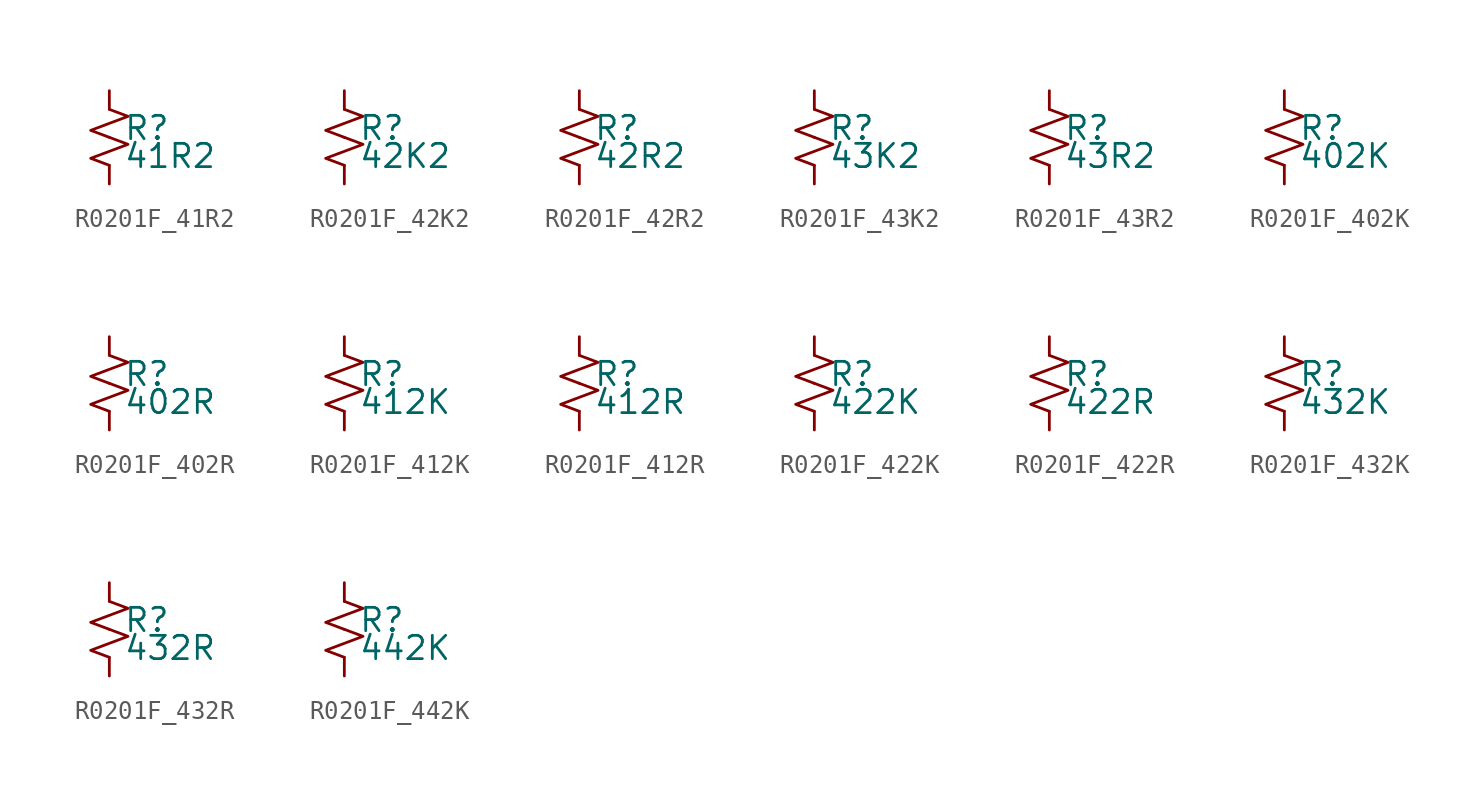
<source format=kicad_sym>
(kicad_symbol_lib
  (version 20220914)
  (generator kicad_symbol_editor)
  (symbol "R0201F_41R2"
    (pin_numbers hide)
    (pin_names
      (offset 0.254) hide)
    (property "Reference" "R"
      (at 0.762 0.508 0)
      (effects (font (size 1.27 1.27)) (justify left)))
    (property "Value" "41R2"
      (at 0.762 -1.016 0)
      (effects (font (size 1.27 1.27)) (justify left)))
    (symbol "R0201F_41R2_1_1"
      (polyline (pts (xy 0 0) (xy 1.016 -0.381) (xy 0 -0.762) (xy -1.016 -1.143) (xy 0 -1.524)) (stroke (width 0) (type default)) (fill (type none)))
      (polyline (pts (xy 0 1.524) (xy 1.016 1.143) (xy 0 0.762) (xy -1.016 0.381) (xy 0 0)) (stroke (width 0) (type default)) (fill (type none)))
      (pin passive line (at 0 2.54 270) (length 1.016) (name "~" (effects (font (size 1.27 1.27)))) (number "1" (effects (font (size 1.27 1.27)))))
      (pin passive line (at 0 -2.54 90) (length 1.016) (name "~" (effects (font (size 1.27 1.27)))) (number "2" (effects (font (size 1.27 1.27)))))))
  (symbol "R0201F_42K2"
    (pin_numbers hide)
    (pin_names
      (offset 0.254) hide)
    (property "Reference" "R"
      (at 0.762 0.508 0)
      (effects (font (size 1.27 1.27)) (justify left)))
    (property "Value" "42K2"
      (at 0.762 -1.016 0)
      (effects (font (size 1.27 1.27)) (justify left)))
    (symbol "R0201F_42K2_1_1"
      (polyline (pts (xy 0 0) (xy 1.016 -0.381) (xy 0 -0.762) (xy -1.016 -1.143) (xy 0 -1.524)) (stroke (width 0) (type default)) (fill (type none)))
      (polyline (pts (xy 0 1.524) (xy 1.016 1.143) (xy 0 0.762) (xy -1.016 0.381) (xy 0 0)) (stroke (width 0) (type default)) (fill (type none)))
      (pin passive line (at 0 2.54 270) (length 1.016) (name "~" (effects (font (size 1.27 1.27)))) (number "1" (effects (font (size 1.27 1.27)))))
      (pin passive line (at 0 -2.54 90) (length 1.016) (name "~" (effects (font (size 1.27 1.27)))) (number "2" (effects (font (size 1.27 1.27)))))))
  (symbol "R0201F_42R2"
    (pin_numbers hide)
    (pin_names
      (offset 0.254) hide)
    (property "Reference" "R"
      (at 0.762 0.508 0)
      (effects (font (size 1.27 1.27)) (justify left)))
    (property "Value" "42R2"
      (at 0.762 -1.016 0)
      (effects (font (size 1.27 1.27)) (justify left)))
    (symbol "R0201F_42R2_1_1"
      (polyline (pts (xy 0 0) (xy 1.016 -0.381) (xy 0 -0.762) (xy -1.016 -1.143) (xy 0 -1.524)) (stroke (width 0) (type default)) (fill (type none)))
      (polyline (pts (xy 0 1.524) (xy 1.016 1.143) (xy 0 0.762) (xy -1.016 0.381) (xy 0 0)) (stroke (width 0) (type default)) (fill (type none)))
      (pin passive line (at 0 2.54 270) (length 1.016) (name "~" (effects (font (size 1.27 1.27)))) (number "1" (effects (font (size 1.27 1.27)))))
      (pin passive line (at 0 -2.54 90) (length 1.016) (name "~" (effects (font (size 1.27 1.27)))) (number "2" (effects (font (size 1.27 1.27)))))))
  (symbol "R0201F_43K2"
    (pin_numbers hide)
    (pin_names
      (offset 0.254) hide)
    (property "Reference" "R"
      (at 0.762 0.508 0)
      (effects (font (size 1.27 1.27)) (justify left)))
    (property "Value" "43K2"
      (at 0.762 -1.016 0)
      (effects (font (size 1.27 1.27)) (justify left)))
    (symbol "R0201F_43K2_1_1"
      (polyline (pts (xy 0 0) (xy 1.016 -0.381) (xy 0 -0.762) (xy -1.016 -1.143) (xy 0 -1.524)) (stroke (width 0) (type default)) (fill (type none)))
      (polyline (pts (xy 0 1.524) (xy 1.016 1.143) (xy 0 0.762) (xy -1.016 0.381) (xy 0 0)) (stroke (width 0) (type default)) (fill (type none)))
      (pin passive line (at 0 2.54 270) (length 1.016) (name "~" (effects (font (size 1.27 1.27)))) (number "1" (effects (font (size 1.27 1.27)))))
      (pin passive line (at 0 -2.54 90) (length 1.016) (name "~" (effects (font (size 1.27 1.27)))) (number "2" (effects (font (size 1.27 1.27)))))))
  (symbol "R0201F_43R2"
    (pin_numbers hide)
    (pin_names
      (offset 0.254) hide)
    (property "Reference" "R"
      (at 0.762 0.508 0)
      (effects (font (size 1.27 1.27)) (justify left)))
    (property "Value" "43R2"
      (at 0.762 -1.016 0)
      (effects (font (size 1.27 1.27)) (justify left)))
    (symbol "R0201F_43R2_1_1"
      (polyline (pts (xy 0 0) (xy 1.016 -0.381) (xy 0 -0.762) (xy -1.016 -1.143) (xy 0 -1.524)) (stroke (width 0) (type default)) (fill (type none)))
      (polyline (pts (xy 0 1.524) (xy 1.016 1.143) (xy 0 0.762) (xy -1.016 0.381) (xy 0 0)) (stroke (width 0) (type default)) (fill (type none)))
      (pin passive line (at 0 2.54 270) (length 1.016) (name "~" (effects (font (size 1.27 1.27)))) (number "1" (effects (font (size 1.27 1.27)))))
      (pin passive line (at 0 -2.54 90) (length 1.016) (name "~" (effects (font (size 1.27 1.27)))) (number "2" (effects (font (size 1.27 1.27)))))))
  (symbol "R0201F_402K"
    (pin_numbers hide)
    (pin_names
      (offset 0.254) hide)
    (property "Reference" "R"
      (at 0.762 0.508 0)
      (effects (font (size 1.27 1.27)) (justify left)))
    (property "Value" "402K"
      (at 0.762 -1.016 0)
      (effects (font (size 1.27 1.27)) (justify left)))
    (symbol "R0201F_402K_1_1"
      (polyline (pts (xy 0 0) (xy 1.016 -0.381) (xy 0 -0.762) (xy -1.016 -1.143) (xy 0 -1.524)) (stroke (width 0) (type default)) (fill (type none)))
      (polyline (pts (xy 0 1.524) (xy 1.016 1.143) (xy 0 0.762) (xy -1.016 0.381) (xy 0 0)) (stroke (width 0) (type default)) (fill (type none)))
      (pin passive line (at 0 2.54 270) (length 1.016) (name "~" (effects (font (size 1.27 1.27)))) (number "1" (effects (font (size 1.27 1.27)))))
      (pin passive line (at 0 -2.54 90) (length 1.016) (name "~" (effects (font (size 1.27 1.27)))) (number "2" (effects (font (size 1.27 1.27)))))))
  (symbol "R0201F_402R"
    (pin_numbers hide)
    (pin_names
      (offset 0.254) hide)
    (property "Reference" "R"
      (at 0.762 0.508 0)
      (effects (font (size 1.27 1.27)) (justify left)))
    (property "Value" "402R"
      (at 0.762 -1.016 0)
      (effects (font (size 1.27 1.27)) (justify left)))
    (symbol "R0201F_402R_1_1"
      (polyline (pts (xy 0 0) (xy 1.016 -0.381) (xy 0 -0.762) (xy -1.016 -1.143) (xy 0 -1.524)) (stroke (width 0) (type default)) (fill (type none)))
      (polyline (pts (xy 0 1.524) (xy 1.016 1.143) (xy 0 0.762) (xy -1.016 0.381) (xy 0 0)) (stroke (width 0) (type default)) (fill (type none)))
      (pin passive line (at 0 2.54 270) (length 1.016) (name "~" (effects (font (size 1.27 1.27)))) (number "1" (effects (font (size 1.27 1.27)))))
      (pin passive line (at 0 -2.54 90) (length 1.016) (name "~" (effects (font (size 1.27 1.27)))) (number "2" (effects (font (size 1.27 1.27)))))))
  (symbol "R0201F_412K"
    (pin_numbers hide)
    (pin_names
      (offset 0.254) hide)
    (property "Reference" "R"
      (at 0.762 0.508 0)
      (effects (font (size 1.27 1.27)) (justify left)))
    (property "Value" "412K"
      (at 0.762 -1.016 0)
      (effects (font (size 1.27 1.27)) (justify left)))
    (symbol "R0201F_412K_1_1"
      (polyline (pts (xy 0 0) (xy 1.016 -0.381) (xy 0 -0.762) (xy -1.016 -1.143) (xy 0 -1.524)) (stroke (width 0) (type default)) (fill (type none)))
      (polyline (pts (xy 0 1.524) (xy 1.016 1.143) (xy 0 0.762) (xy -1.016 0.381) (xy 0 0)) (stroke (width 0) (type default)) (fill (type none)))
      (pin passive line (at 0 2.54 270) (length 1.016) (name "~" (effects (font (size 1.27 1.27)))) (number "1" (effects (font (size 1.27 1.27)))))
      (pin passive line (at 0 -2.54 90) (length 1.016) (name "~" (effects (font (size 1.27 1.27)))) (number "2" (effects (font (size 1.27 1.27)))))))
  (symbol "R0201F_412R"
    (pin_numbers hide)
    (pin_names
      (offset 0.254) hide)
    (property "Reference" "R"
      (at 0.762 0.508 0)
      (effects (font (size 1.27 1.27)) (justify left)))
    (property "Value" "412R"
      (at 0.762 -1.016 0)
      (effects (font (size 1.27 1.27)) (justify left)))
    (symbol "R0201F_412R_1_1"
      (polyline (pts (xy 0 0) (xy 1.016 -0.381) (xy 0 -0.762) (xy -1.016 -1.143) (xy 0 -1.524)) (stroke (width 0) (type default)) (fill (type none)))
      (polyline (pts (xy 0 1.524) (xy 1.016 1.143) (xy 0 0.762) (xy -1.016 0.381) (xy 0 0)) (stroke (width 0) (type default)) (fill (type none)))
      (pin passive line (at 0 2.54 270) (length 1.016) (name "~" (effects (font (size 1.27 1.27)))) (number "1" (effects (font (size 1.27 1.27)))))
      (pin passive line (at 0 -2.54 90) (length 1.016) (name "~" (effects (font (size 1.27 1.27)))) (number "2" (effects (font (size 1.27 1.27)))))))
  (symbol "R0201F_422K"
    (pin_numbers hide)
    (pin_names
      (offset 0.254) hide)
    (property "Reference" "R"
      (at 0.762 0.508 0)
      (effects (font (size 1.27 1.27)) (justify left)))
    (property "Value" "422K"
      (at 0.762 -1.016 0)
      (effects (font (size 1.27 1.27)) (justify left)))
    (symbol "R0201F_422K_1_1"
      (polyline (pts (xy 0 0) (xy 1.016 -0.381) (xy 0 -0.762) (xy -1.016 -1.143) (xy 0 -1.524)) (stroke (width 0) (type default)) (fill (type none)))
      (polyline (pts (xy 0 1.524) (xy 1.016 1.143) (xy 0 0.762) (xy -1.016 0.381) (xy 0 0)) (stroke (width 0) (type default)) (fill (type none)))
      (pin passive line (at 0 2.54 270) (length 1.016) (name "~" (effects (font (size 1.27 1.27)))) (number "1" (effects (font (size 1.27 1.27)))))
      (pin passive line (at 0 -2.54 90) (length 1.016) (name "~" (effects (font (size 1.27 1.27)))) (number "2" (effects (font (size 1.27 1.27)))))))
  (symbol "R0201F_422R"
    (pin_numbers hide)
    (pin_names
      (offset 0.254) hide)
    (property "Reference" "R"
      (at 0.762 0.508 0)
      (effects (font (size 1.27 1.27)) (justify left)))
    (property "Value" "422R"
      (at 0.762 -1.016 0)
      (effects (font (size 1.27 1.27)) (justify left)))
    (symbol "R0201F_422R_1_1"
      (polyline (pts (xy 0 0) (xy 1.016 -0.381) (xy 0 -0.762) (xy -1.016 -1.143) (xy 0 -1.524)) (stroke (width 0) (type default)) (fill (type none)))
      (polyline (pts (xy 0 1.524) (xy 1.016 1.143) (xy 0 0.762) (xy -1.016 0.381) (xy 0 0)) (stroke (width 0) (type default)) (fill (type none)))
      (pin passive line (at 0 2.54 270) (length 1.016) (name "~" (effects (font (size 1.27 1.27)))) (number "1" (effects (font (size 1.27 1.27)))))
      (pin passive line (at 0 -2.54 90) (length 1.016) (name "~" (effects (font (size 1.27 1.27)))) (number "2" (effects (font (size 1.27 1.27)))))))
  (symbol "R0201F_432K"
    (pin_numbers hide)
    (pin_names
      (offset 0.254) hide)
    (property "Reference" "R"
      (at 0.762 0.508 0)
      (effects (font (size 1.27 1.27)) (justify left)))
    (property "Value" "432K"
      (at 0.762 -1.016 0)
      (effects (font (size 1.27 1.27)) (justify left)))
    (symbol "R0201F_432K_1_1"
      (polyline (pts (xy 0 0) (xy 1.016 -0.381) (xy 0 -0.762) (xy -1.016 -1.143) (xy 0 -1.524)) (stroke (width 0) (type default)) (fill (type none)))
      (polyline (pts (xy 0 1.524) (xy 1.016 1.143) (xy 0 0.762) (xy -1.016 0.381) (xy 0 0)) (stroke (width 0) (type default)) (fill (type none)))
      (pin passive line (at 0 2.54 270) (length 1.016) (name "~" (effects (font (size 1.27 1.27)))) (number "1" (effects (font (size 1.27 1.27)))))
      (pin passive line (at 0 -2.54 90) (length 1.016) (name "~" (effects (font (size 1.27 1.27)))) (number "2" (effects (font (size 1.27 1.27)))))))
  (symbol "R0201F_432R"
    (pin_numbers hide)
    (pin_names
      (offset 0.254) hide)
    (property "Reference" "R"
      (at 0.762 0.508 0)
      (effects (font (size 1.27 1.27)) (justify left)))
    (property "Value" "432R"
      (at 0.762 -1.016 0)
      (effects (font (size 1.27 1.27)) (justify left)))
    (symbol "R0201F_432R_1_1"
      (polyline (pts (xy 0 0) (xy 1.016 -0.381) (xy 0 -0.762) (xy -1.016 -1.143) (xy 0 -1.524)) (stroke (width 0) (type default)) (fill (type none)))
      (polyline (pts (xy 0 1.524) (xy 1.016 1.143) (xy 0 0.762) (xy -1.016 0.381) (xy 0 0)) (stroke (width 0) (type default)) (fill (type none)))
      (pin passive line (at 0 2.54 270) (length 1.016) (name "~" (effects (font (size 1.27 1.27)))) (number "1" (effects (font (size 1.27 1.27)))))
      (pin passive line (at 0 -2.54 90) (length 1.016) (name "~" (effects (font (size 1.27 1.27)))) (number "2" (effects (font (size 1.27 1.27)))))))
  (symbol "R0201F_442K"
    (pin_numbers hide)
    (pin_names
      (offset 0.254) hide)
    (property "Reference" "R"
      (at 0.762 0.508 0)
      (effects (font (size 1.27 1.27)) (justify left)))
    (property "Value" "442K"
      (at 0.762 -1.016 0)
      (effects (font (size 1.27 1.27)) (justify left)))
    (symbol "R0201F_442K_1_1"
      (polyline (pts (xy 0 0) (xy 1.016 -0.381) (xy 0 -0.762) (xy -1.016 -1.143) (xy 0 -1.524)) (stroke (width 0) (type default)) (fill (type none)))
      (polyline (pts (xy 0 1.524) (xy 1.016 1.143) (xy 0 0.762) (xy -1.016 0.381) (xy 0 0)) (stroke (width 0) (type default)) (fill (type none)))
      (pin passive line (at 0 2.54 270) (length 1.016) (name "~" (effects (font (size 1.27 1.27)))) (number "1" (effects (font (size 1.27 1.27)))))
      (pin passive line (at 0 -2.54 90) (length 1.016) (name "~" (effects (font (size 1.27 1.27)))) (number "2" (effects (font (size 1.27 1.27))))))))
</source>
